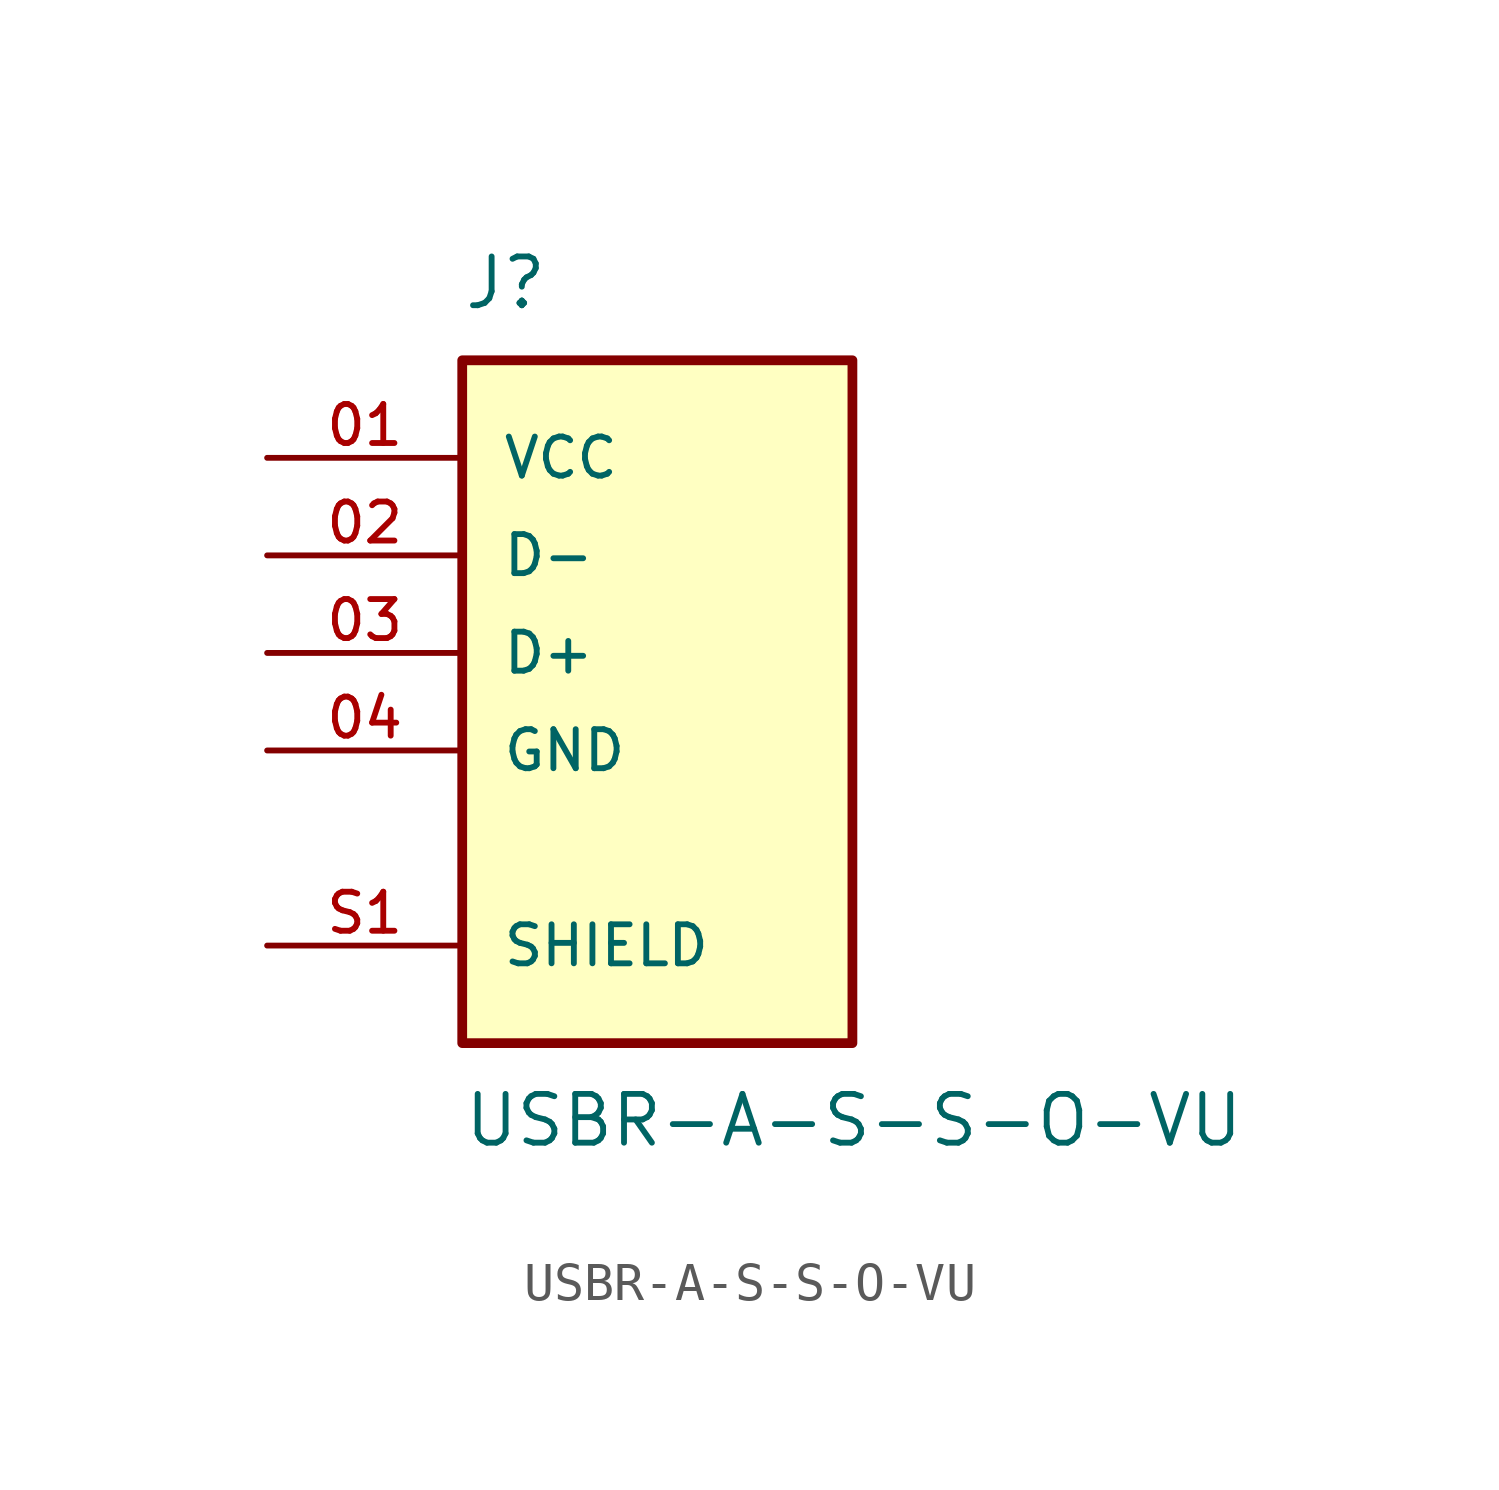
<source format=kicad_sym>
(kicad_symbol_lib
  (version 20211014)
  (generator kicad_symbol_editor)
  (symbol "USBR-A-S-S-O-VU"
    (pin_names
      (offset 1.016))
    (property "Reference" "J"
      (at -5.08 8.89 0)
      (effects (font (size 1.27 1.27)) (justify bottom left)))
    (property "Value" "USBR-A-S-S-O-VU"
      (at -5.08 -11.43 0)
      (effects (font (size 1.27 1.27)) (justify top left)))
    (symbol "USBR-A-S-S-O-VU_0_0"
      (rectangle (start -5.08 -10.16) (end 5.08 7.62) (stroke (width 0.254)) (fill (type background)))
      (pin power_in line (at -10.16 5.08 0) (length 5.08) (name "VCC" (effects (font (size 1.016 1.016)))) (number "01" (effects (font (size 1.016 1.016)))))
      (pin bidirectional line (at -10.16 2.54 0) (length 5.08) (name "D-" (effects (font (size 1.016 1.016)))) (number "02" (effects (font (size 1.016 1.016)))))
      (pin bidirectional line (at -10.16 0.0 0) (length 5.08) (name "D+" (effects (font (size 1.016 1.016)))) (number "03" (effects (font (size 1.016 1.016)))))
      (pin power_in line (at -10.16 -2.54 0) (length 5.08) (name "GND" (effects (font (size 1.016 1.016)))) (number "04" (effects (font (size 1.016 1.016)))))
      (pin passive line (at -10.16 -7.62 0) (length 5.08) (name "SHIELD" (effects (font (size 1.016 1.016)))) (number "S1" (effects (font (size 1.016 1.016)))))
      (pin passive line (at -10.16 -7.62 0) (length 5.08) hide (name "SHIELD" (effects (font (size 1.016 1.016)))) (number "S2" (effects (font (size 1.016 1.016)))))
      (pin passive line (at -10.16 -7.62 0) (length 5.08) hide (name "SHIELD" (effects (font (size 1.016 1.016)))) (number "S3" (effects (font (size 1.016 1.016)))))
      (pin passive line (at -10.16 -7.62 0) (length 5.08) hide (name "SHIELD" (effects (font (size 1.016 1.016)))) (number "S4" (effects (font (size 1.016 1.016))))))))
</source>
